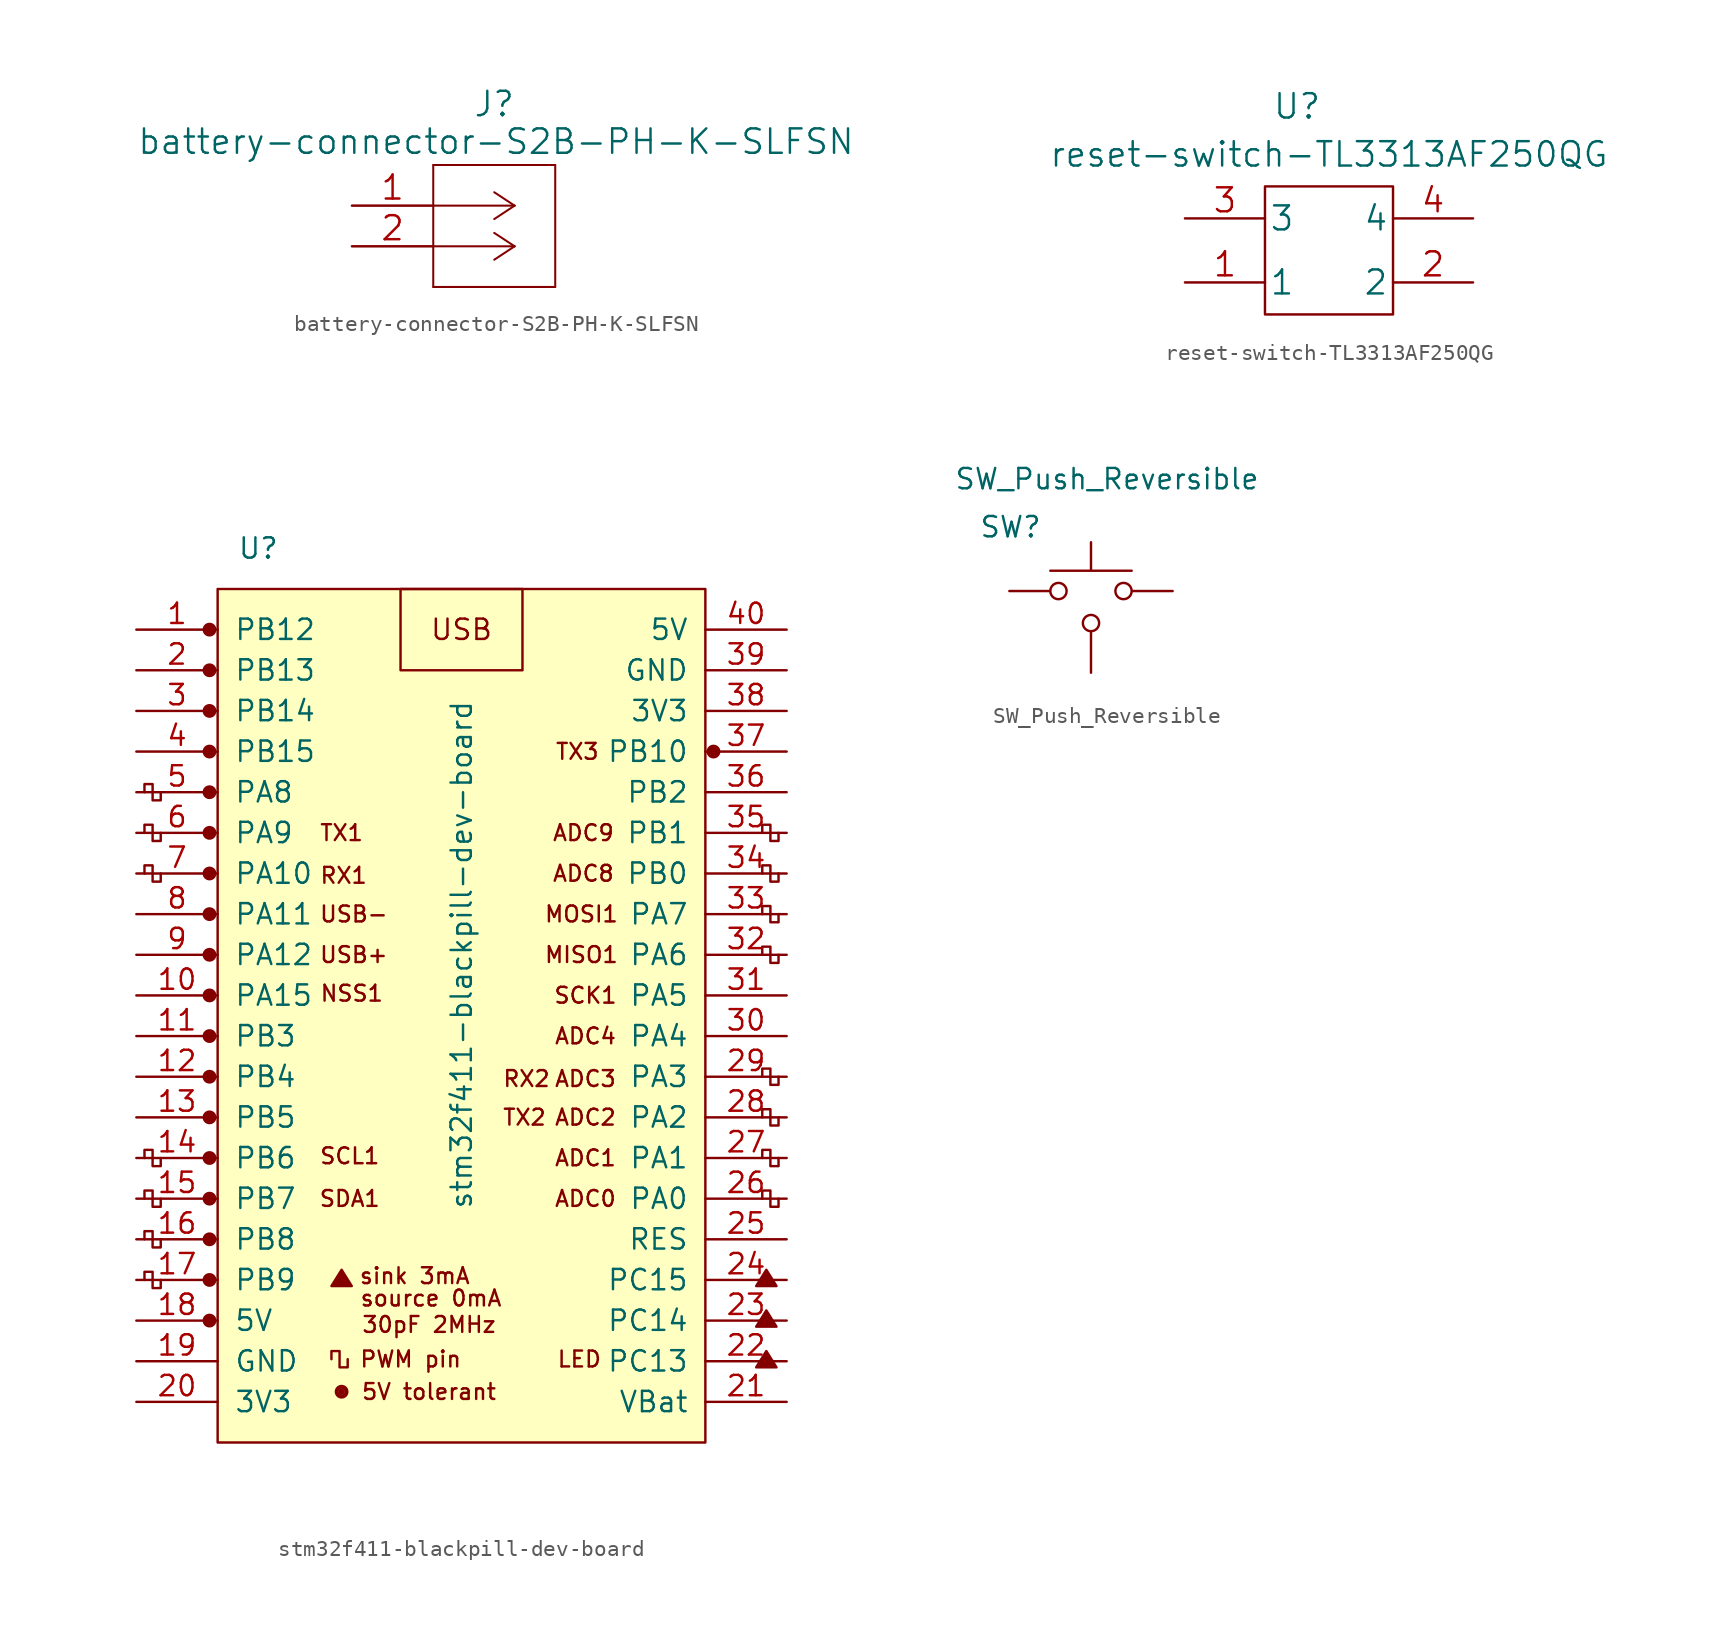
<source format=kicad_sym>
(kicad_symbol_lib
  (version 20211014)
  (generator kicad_symbol_editor)
  (symbol "battery-connector-S2B-PH-K-SLFSN"
    (pin_names
      (offset 0.254) hide)
    (property "Reference" "J"
      (at 8.89 6.35 0)
      (effects (font (size 1.524 1.524))))
    (property "Value" "battery-connector-S2B-PH-K-SLFSN"
      (at 9 4 0)
      (effects (font (size 1.524 1.524))))
    (property "Datasheet" ""
      (at 0 0 0)
      (effects (font (size 1.524 1.524))))
    (symbol "battery-connector-S2B-PH-K-SLFSN_1_1"
      (polyline (pts (xy 5.08 -5.08) (xy 12.7 -5.08)) (stroke (width 0.127) (type default) (color 0 0 0 0)) (fill (type none)))
      (polyline (pts (xy 5.08 2.54) (xy 5.08 -5.08)) (stroke (width 0.127) (type default) (color 0 0 0 0)) (fill (type none)))
      (polyline (pts (xy 10.16 -2.54) (xy 5.08 -2.54)) (stroke (width 0.127) (type default) (color 0 0 0 0)) (fill (type none)))
      (polyline (pts (xy 10.16 -2.54) (xy 8.89 -3.378)) (stroke (width 0.127) (type default) (color 0 0 0 0)) (fill (type none)))
      (polyline (pts (xy 10.16 -2.54) (xy 8.89 -1.702)) (stroke (width 0.127) (type default) (color 0 0 0 0)) (fill (type none)))
      (polyline (pts (xy 10.16 0) (xy 5.08 0)) (stroke (width 0.127) (type default) (color 0 0 0 0)) (fill (type none)))
      (polyline (pts (xy 10.16 0) (xy 8.89 -0.838)) (stroke (width 0.127) (type default) (color 0 0 0 0)) (fill (type none)))
      (polyline (pts (xy 10.16 0) (xy 8.89 0.838)) (stroke (width 0.127) (type default) (color 0 0 0 0)) (fill (type none)))
      (polyline (pts (xy 12.7 -5.08) (xy 12.7 2.54)) (stroke (width 0.127) (type default) (color 0 0 0 0)) (fill (type none)))
      (polyline (pts (xy 12.7 2.54) (xy 5.08 2.54)) (stroke (width 0.127) (type default) (color 0 0 0 0)) (fill (type none)))
      (pin power_out line (at 0 0 0) (length 5.08) (name "1" (effects (font (size 1.499 1.499)))) (number "1" (effects (font (size 1.499 1.499)))))
      (pin power_in line (at 0 -2.54 0) (length 5.08) (name "2" (effects (font (size 1.499 1.499)))) (number "2" (effects (font (size 1.499 1.499)))))))
  (symbol "reset-switch-TL3313AF250QG"
    (pin_names
      (offset 0.254))
    (property "Reference" "U"
      (at -2 9 0)
      (effects (font (size 1.524 1.524))))
    (property "Value" "reset-switch-TL3313AF250QG"
      (at 0 6 0)
      (effects (font (size 1.524 1.524))))
    (property "Datasheet" ""
      (at -11 1 0)
      (effects (font (size 1.524 1.524))))
    (symbol "reset-switch-TL3313AF250QG_0_1"
      (rectangle (start -4 4) (end 4 -4) (stroke (width 0) (type default) (color 0 0 0 0)) (fill (type none))))
    (symbol "reset-switch-TL3313AF250QG_1_1"
      (pin passive line (at -9 -2 0) (length 5) (name "1" (effects (font (size 1.499 1.499)))) (number "1" (effects (font (size 1.499 1.499)))))
      (pin passive line (at 9 -2 180) (length 5) (name "2" (effects (font (size 1.499 1.499)))) (number "2" (effects (font (size 1.499 1.499)))))
      (pin passive line (at -9 2 0) (length 5) (name "3" (effects (font (size 1.499 1.499)))) (number "3" (effects (font (size 1.499 1.499)))))
      (pin passive line (at 9 2 180) (length 5) (name "4" (effects (font (size 1.499 1.499)))) (number "4" (effects (font (size 1.499 1.499)))))))
  (symbol "stm32f411-blackpill-dev-board"
    (pin_names
      (offset 1.016))
    (property "Reference" "U"
      (at -12.7 27.94 0)
      (effects (font (size 1.27 1.27))))
    (property "Value" "stm32f411-blackpill-dev-board"
      (at 0 2.54 90)
      (effects (font (size 1.27 1.27))))
    (symbol "stm32f411-blackpill-dev-board_0_0"
      (circle (center -15.748 -20.32) (radius 0.356) (stroke (width 0) (type default) (color 0 0 0 0)) (fill (type outline)))
      (circle (center -15.748 -17.78) (radius 0.356) (stroke (width 0) (type default) (color 0 0 0 0)) (fill (type outline)))
      (circle (center -15.748 -15.24) (radius 0.356) (stroke (width 0) (type default) (color 0 0 0 0)) (fill (type outline)))
      (circle (center -15.748 -12.7) (radius 0.356) (stroke (width 0) (type default) (color 0 0 0 0)) (fill (type outline)))
      (circle (center -15.748 -10.16) (radius 0.356) (stroke (width 0) (type default) (color 0 0 0 0)) (fill (type outline)))
      (circle (center -15.748 -7.62) (radius 0.356) (stroke (width 0) (type default) (color 0 0 0 0)) (fill (type outline)))
      (circle (center -15.748 -5.08) (radius 0.356) (stroke (width 0) (type default) (color 0 0 0 0)) (fill (type outline)))
      (circle (center -15.748 -2.54) (radius 0.356) (stroke (width 0) (type default) (color 0 0 0 0)) (fill (type outline)))
      (circle (center -15.748 0) (radius 0.356) (stroke (width 0) (type default) (color 0 0 0 0)) (fill (type outline)))
      (circle (center -15.748 2.54) (radius 0.356) (stroke (width 0) (type default) (color 0 0 0 0)) (fill (type outline)))
      (circle (center -15.748 5.08) (radius 0.356) (stroke (width 0) (type default) (color 0 0 0 0)) (fill (type outline)))
      (circle (center -15.748 7.62) (radius 0.356) (stroke (width 0) (type default) (color 0 0 0 0)) (fill (type outline)))
      (circle (center -15.748 10.16) (radius 0.356) (stroke (width 0) (type default) (color 0 0 0 0)) (fill (type outline)))
      (circle (center -15.748 12.7) (radius 0.356) (stroke (width 0) (type default) (color 0 0 0 0)) (fill (type outline)))
      (circle (center -15.748 15.24) (radius 0.356) (stroke (width 0) (type default) (color 0 0 0 0)) (fill (type outline)))
      (circle (center -15.748 17.78) (radius 0.356) (stroke (width 0) (type default) (color 0 0 0 0)) (fill (type outline)))
      (circle (center -15.748 22.86) (radius 0.356) (stroke (width 0) (type default) (color 0 0 0 0)) (fill (type outline)))
      (circle (center -7.493 -24.765) (radius 0.127) (stroke (width 0) (type default) (color 0 0 0 0)) (fill (type outline)))
      (circle (center -7.493 -24.765) (radius 0.254) (stroke (width 0) (type default) (color 0 0 0 0)) (fill (type none)))
      (circle (center -7.493 -24.765) (radius 0.356) (stroke (width 0) (type default) (color 0 0 0 0)) (fill (type none)))
      (polyline (pts (xy -8.128 -18.161) (xy -7.493 -17.145) (xy -6.858 -18.161) (xy -8.128 -18.161) (xy -7.493 -17.272) (xy -6.985 -18.161) (xy -8.001 -18.034) (xy -7.493 -17.399) (xy -7.112 -18.161) (xy -7.874 -17.907) (xy -7.366 -17.526) (xy -7.239 -18.161) (xy -7.747 -17.78) (xy -7.239 -17.653) (xy -7.366 -18.034) (xy -7.62 -17.78) (xy -7.366 -17.907) (xy -7.493 -17.653)) (stroke (width 0) (type default) (color 0 0 0 0)) (fill (type none)))
      (polyline (pts (xy 18.415 -23.241) (xy 19.05 -22.225) (xy 19.685 -23.241) (xy 18.415 -23.241) (xy 19.05 -22.352) (xy 19.558 -23.241) (xy 18.542 -23.114) (xy 19.05 -22.479) (xy 19.431 -23.241) (xy 18.669 -22.987) (xy 19.177 -22.606) (xy 19.304 -23.241) (xy 18.796 -22.86) (xy 19.304 -22.733) (xy 19.177 -23.114) (xy 18.923 -22.86) (xy 19.177 -22.987) (xy 19.05 -22.733)) (stroke (width 0) (type default) (color 0 0 0 0)) (fill (type none)))
      (polyline (pts (xy 18.415 -20.701) (xy 19.05 -19.685) (xy 19.685 -20.701) (xy 18.415 -20.701) (xy 19.05 -19.812) (xy 19.558 -20.701) (xy 18.542 -20.574) (xy 19.05 -19.939) (xy 19.431 -20.701) (xy 18.669 -20.447) (xy 19.177 -20.066) (xy 19.304 -20.701) (xy 18.796 -20.32) (xy 19.304 -20.193) (xy 19.177 -20.574) (xy 18.923 -20.32) (xy 19.177 -20.447) (xy 19.05 -20.193)) (stroke (width 0) (type default) (color 0 0 0 0)) (fill (type none)))
      (polyline (pts (xy 18.415 -18.161) (xy 19.05 -17.145) (xy 19.685 -18.161) (xy 18.415 -18.161) (xy 19.05 -17.272) (xy 19.558 -18.161) (xy 18.542 -18.034) (xy 19.05 -17.399) (xy 19.431 -18.161) (xy 18.669 -17.907) (xy 19.177 -17.526) (xy 19.304 -18.161) (xy 18.796 -17.78) (xy 19.304 -17.653) (xy 19.177 -18.034) (xy 18.923 -17.78) (xy 19.177 -17.907) (xy 19.05 -17.653)) (stroke (width 0) (type default) (color 0 0 0 0)) (fill (type none)))
      (circle (center 15.748 15.24) (radius 0.254) (stroke (width 0) (type default) (color 0 0 0 0)) (fill (type outline)))
      (circle (center 15.748 15.24) (radius 0.356) (stroke (width 0) (type default) (color 0 0 0 0)) (fill (type none)))
      (text "30pF 2MHz" (at -2.032 -20.574 0) (effects (font (size 0.991 0.991))))
      (text "5V tolerant" (at -2.032 -24.765 0) (effects (font (size 0.991 0.991))))
      (text "ADC0" (at 7.747 -12.7 0) (effects (font (size 0.991 0.991))))
      (text "ADC1" (at 7.747 -10.16 0) (effects (font (size 0.991 0.991))))
      (text "ADC2" (at 7.747 -7.62 0) (effects (font (size 0.991 0.991))))
      (text "ADC3" (at 7.747 -5.207 0) (effects (font (size 0.991 0.991))))
      (text "ADC4" (at 7.747 -2.54 0) (effects (font (size 0.991 0.991))))
      (text "ADC8" (at 7.62 7.62 0) (effects (font (size 0.991 0.991))))
      (text "ADC9" (at 7.62 10.16 0) (effects (font (size 0.991 0.991))))
      (text "LED" (at 7.366 -22.733 0) (effects (font (size 0.991 0.991))))
      (text "MISO1" (at 7.493 2.54 0) (effects (font (size 0.991 0.991))))
      (text "MOSI1" (at 7.493 5.08 0) (effects (font (size 0.991 0.991))))
      (text "NSS1" (at -6.858 0.127 0) (effects (font (size 0.991 0.991))))
      (text "PWM pin" (at -3.175 -22.733 0) (effects (font (size 0.991 0.991))))
      (text "RX1" (at -7.366 7.493 0) (effects (font (size 0.991 0.991))))
      (text "RX2" (at 4.064 -5.207 0) (effects (font (size 0.991 0.991))))
      (text "SCK1" (at 7.747 0 0) (effects (font (size 0.991 0.991))))
      (text "SCL1" (at -6.985 -10.033 0) (effects (font (size 0.991 0.991))))
      (text "SDA1" (at -6.985 -12.7 0) (effects (font (size 0.991 0.991))))
      (text "sink 3mA" (at -2.921 -17.526 0) (effects (font (size 0.991 0.991))))
      (text "source 0mA" (at -1.905 -18.923 0) (effects (font (size 0.991 0.991))))
      (text "TX1" (at -7.493 10.16 0) (effects (font (size 0.991 0.991))))
      (text "TX2" (at 3.937 -7.62 0) (effects (font (size 0.991 0.991))))
      (text "TX3" (at 7.239 15.24 0) (effects (font (size 0.991 0.991))))
      (text "USB" (at 0 22.86 0) (effects (font (size 1.27 1.27))))
      (text "USB+" (at -6.731 2.54 0) (effects (font (size 0.991 0.991))))
      (text "USB-" (at -6.731 5.08 0) (effects (font (size 0.991 0.991)))))
    (symbol "stm32f411-blackpill-dev-board_0_1"
      (rectangle (start -15.24 25.4) (end 15.24 -27.94) (stroke (width 0) (type default) (color 0 0 0 0)) (fill (type background)))
      (polyline (pts (xy -18.796 -17.78) (xy -18.796 -18.288) (xy -19.304 -18.288) (xy -19.304 -17.272) (xy -19.812 -17.272) (xy -19.812 -17.78)) (stroke (width 0) (type default) (color 0 0 0 0)) (fill (type none)))
      (polyline (pts (xy -18.796 -15.24) (xy -18.796 -15.748) (xy -19.304 -15.748) (xy -19.304 -14.732) (xy -19.812 -14.732) (xy -19.812 -15.24)) (stroke (width 0) (type default) (color 0 0 0 0)) (fill (type none)))
      (polyline (pts (xy -18.796 -12.7) (xy -18.796 -13.208) (xy -19.304 -13.208) (xy -19.304 -12.192) (xy -19.812 -12.192) (xy -19.812 -12.7)) (stroke (width 0) (type default) (color 0 0 0 0)) (fill (type none)))
      (polyline (pts (xy -18.796 -10.16) (xy -18.796 -10.668) (xy -19.304 -10.668) (xy -19.304 -9.652) (xy -19.812 -9.652) (xy -19.812 -10.16)) (stroke (width 0) (type default) (color 0 0 0 0)) (fill (type none)))
      (polyline (pts (xy -18.796 7.62) (xy -18.796 7.112) (xy -19.304 7.112) (xy -19.304 8.128) (xy -19.812 8.128) (xy -19.812 7.62)) (stroke (width 0) (type default) (color 0 0 0 0)) (fill (type none)))
      (polyline (pts (xy -18.796 10.16) (xy -18.796 9.652) (xy -19.304 9.652) (xy -19.304 10.668) (xy -19.812 10.668) (xy -19.812 10.16)) (stroke (width 0) (type default) (color 0 0 0 0)) (fill (type none)))
      (polyline (pts (xy -18.796 12.7) (xy -18.796 12.192) (xy -19.304 12.192) (xy -19.304 13.208) (xy -19.812 13.208) (xy -19.812 12.7)) (stroke (width 0) (type default) (color 0 0 0 0)) (fill (type none)))
      (polyline (pts (xy -7.112 -22.733) (xy -7.112 -23.241) (xy -7.62 -23.241) (xy -7.62 -22.225) (xy -8.128 -22.225) (xy -8.128 -22.733)) (stroke (width 0) (type default) (color 0 0 0 0)) (fill (type none)))
      (polyline (pts (xy 19.812 -12.7) (xy 19.812 -13.208) (xy 19.304 -13.208) (xy 19.304 -12.192) (xy 18.796 -12.192) (xy 18.796 -12.7)) (stroke (width 0) (type default) (color 0 0 0 0)) (fill (type none)))
      (polyline (pts (xy 19.812 -10.16) (xy 19.812 -10.668) (xy 19.304 -10.668) (xy 19.304 -9.652) (xy 18.796 -9.652) (xy 18.796 -10.16)) (stroke (width 0) (type default) (color 0 0 0 0)) (fill (type none)))
      (polyline (pts (xy 19.812 -7.62) (xy 19.812 -8.128) (xy 19.304 -8.128) (xy 19.304 -7.112) (xy 18.796 -7.112) (xy 18.796 -7.62)) (stroke (width 0) (type default) (color 0 0 0 0)) (fill (type none)))
      (polyline (pts (xy 19.812 -5.08) (xy 19.812 -5.588) (xy 19.304 -5.588) (xy 19.304 -4.572) (xy 18.796 -4.572) (xy 18.796 -5.08)) (stroke (width 0) (type default) (color 0 0 0 0)) (fill (type none)))
      (polyline (pts (xy 19.812 2.54) (xy 19.812 2.032) (xy 19.304 2.032) (xy 19.304 3.048) (xy 18.796 3.048) (xy 18.796 2.54)) (stroke (width 0) (type default) (color 0 0 0 0)) (fill (type none)))
      (polyline (pts (xy 19.812 5.08) (xy 19.812 4.572) (xy 19.304 4.572) (xy 19.304 5.588) (xy 18.796 5.588) (xy 18.796 5.08)) (stroke (width 0) (type default) (color 0 0 0 0)) (fill (type none)))
      (polyline (pts (xy 19.812 7.62) (xy 19.812 7.112) (xy 19.304 7.112) (xy 19.304 8.128) (xy 18.796 8.128) (xy 18.796 7.62)) (stroke (width 0) (type default) (color 0 0 0 0)) (fill (type none)))
      (polyline (pts (xy 19.812 10.16) (xy 19.812 9.652) (xy 19.304 9.652) (xy 19.304 10.668) (xy 18.796 10.668) (xy 18.796 10.16)) (stroke (width 0) (type default) (color 0 0 0 0)) (fill (type none)))
      (rectangle (start 3.81 25.4) (end -3.81 20.32) (stroke (width 0) (type default) (color 0 0 0 0)) (fill (type none))))
    (symbol "stm32f411-blackpill-dev-board_1_1"
      (circle (center -15.748 20.32) (radius 0.356) (stroke (width 0) (type default) (color 0 0 0 0)) (fill (type outline)))
      (pin bidirectional line (at -20.32 22.86 0) (length 5.08) (name "PB12" (effects (font (size 1.27 1.27)))) (number "1" (effects (font (size 1.27 1.27)))))
      (pin bidirectional line (at -20.32 0 0) (length 5.08) (name "PA15" (effects (font (size 1.27 1.27)))) (number "10" (effects (font (size 1.27 1.27)))))
      (pin bidirectional line (at -20.32 -2.54 0) (length 5.08) (name "PB3" (effects (font (size 1.27 1.27)))) (number "11" (effects (font (size 1.27 1.27)))))
      (pin bidirectional line (at -20.32 -5.08 0) (length 5.08) (name "PB4" (effects (font (size 1.27 1.27)))) (number "12" (effects (font (size 1.27 1.27)))))
      (pin bidirectional line (at -20.32 -7.62 0) (length 5.08) (name "PB5" (effects (font (size 1.27 1.27)))) (number "13" (effects (font (size 1.27 1.27)))))
      (pin bidirectional line (at -20.32 -10.16 0) (length 5.08) (name "PB6" (effects (font (size 1.27 1.27)))) (number "14" (effects (font (size 1.27 1.27)))))
      (pin bidirectional line (at -20.32 -12.7 0) (length 5.08) (name "PB7" (effects (font (size 1.27 1.27)))) (number "15" (effects (font (size 1.27 1.27)))))
      (pin bidirectional line (at -20.32 -15.24 0) (length 5.08) (name "PB8" (effects (font (size 1.27 1.27)))) (number "16" (effects (font (size 1.27 1.27)))))
      (pin bidirectional line (at -20.32 -17.78 0) (length 5.08) (name "PB9" (effects (font (size 1.27 1.27)))) (number "17" (effects (font (size 1.27 1.27)))))
      (pin power_in line (at -20.32 -20.32 0) (length 5.08) (name "5V" (effects (font (size 1.27 1.27)))) (number "18" (effects (font (size 1.27 1.27)))))
      (pin power_in line (at -20.32 -22.86 0) (length 5.08) (name "GND" (effects (font (size 1.27 1.27)))) (number "19" (effects (font (size 1.27 1.27)))))
      (pin bidirectional line (at -20.32 20.32 0) (length 5.08) (name "PB13" (effects (font (size 1.27 1.27)))) (number "2" (effects (font (size 1.27 1.27)))))
      (pin power_in line (at -20.32 -25.4 0) (length 5.08) (name "3V3" (effects (font (size 1.27 1.27)))) (number "20" (effects (font (size 1.27 1.27)))))
      (pin power_in line (at 20.32 -25.4 180) (length 5.08) (name "VBat" (effects (font (size 1.27 1.27)))) (number "21" (effects (font (size 1.27 1.27)))))
      (pin bidirectional line (at 20.32 -22.86 180) (length 5.08) (name "PC13" (effects (font (size 1.27 1.27)))) (number "22" (effects (font (size 1.27 1.27)))))
      (pin bidirectional line (at 20.32 -20.32 180) (length 5.08) (name "PC14" (effects (font (size 1.27 1.27)))) (number "23" (effects (font (size 1.27 1.27)))))
      (pin bidirectional line (at 20.32 -17.78 180) (length 5.08) (name "PC15" (effects (font (size 1.27 1.27)))) (number "24" (effects (font (size 1.27 1.27)))))
      (pin input line (at 20.32 -15.24 180) (length 5.08) (name "RES" (effects (font (size 1.27 1.27)))) (number "25" (effects (font (size 1.27 1.27)))))
      (pin bidirectional line (at 20.32 -12.7 180) (length 5.08) (name "PA0" (effects (font (size 1.27 1.27)))) (number "26" (effects (font (size 1.27 1.27)))))
      (pin bidirectional line (at 20.32 -10.16 180) (length 5.08) (name "PA1" (effects (font (size 1.27 1.27)))) (number "27" (effects (font (size 1.27 1.27)))))
      (pin bidirectional line (at 20.32 -7.62 180) (length 5.08) (name "PA2" (effects (font (size 1.27 1.27)))) (number "28" (effects (font (size 1.27 1.27)))))
      (pin bidirectional line (at 20.32 -5.08 180) (length 5.08) (name "PA3" (effects (font (size 1.27 1.27)))) (number "29" (effects (font (size 1.27 1.27)))))
      (pin bidirectional line (at -20.32 17.78 0) (length 5.08) (name "PB14" (effects (font (size 1.27 1.27)))) (number "3" (effects (font (size 1.27 1.27)))))
      (pin bidirectional line (at 20.32 -2.54 180) (length 5.08) (name "PA4" (effects (font (size 1.27 1.27)))) (number "30" (effects (font (size 1.27 1.27)))))
      (pin bidirectional line (at 20.32 0 180) (length 5.08) (name "PA5" (effects (font (size 1.27 1.27)))) (number "31" (effects (font (size 1.27 1.27)))))
      (pin bidirectional line (at 20.32 2.54 180) (length 5.08) (name "PA6" (effects (font (size 1.27 1.27)))) (number "32" (effects (font (size 1.27 1.27)))))
      (pin bidirectional line (at 20.32 5.08 180) (length 5.08) (name "PA7" (effects (font (size 1.27 1.27)))) (number "33" (effects (font (size 1.27 1.27)))))
      (pin bidirectional line (at 20.32 7.62 180) (length 5.08) (name "PB0" (effects (font (size 1.27 1.27)))) (number "34" (effects (font (size 1.27 1.27)))))
      (pin bidirectional line (at 20.32 10.16 180) (length 5.08) (name "PB1" (effects (font (size 1.27 1.27)))) (number "35" (effects (font (size 1.27 1.27)))))
      (pin bidirectional line (at 20.32 12.7 180) (length 5.08) (name "PB2" (effects (font (size 1.27 1.27)))) (number "36" (effects (font (size 1.27 1.27)))))
      (pin bidirectional line (at 20.32 15.24 180) (length 5.08) (name "PB10" (effects (font (size 1.27 1.27)))) (number "37" (effects (font (size 1.27 1.27)))))
      (pin power_in line (at 20.32 17.78 180) (length 5.08) (name "3V3" (effects (font (size 1.27 1.27)))) (number "38" (effects (font (size 1.27 1.27)))))
      (pin power_in line (at 20.32 20.32 180) (length 5.08) (name "GND" (effects (font (size 1.27 1.27)))) (number "39" (effects (font (size 1.27 1.27)))))
      (pin bidirectional line (at -20.32 15.24 0) (length 5.08) (name "PB15" (effects (font (size 1.27 1.27)))) (number "4" (effects (font (size 1.27 1.27)))))
      (pin power_in line (at 20.32 22.86 180) (length 5.08) (name "5V" (effects (font (size 1.27 1.27)))) (number "40" (effects (font (size 1.27 1.27)))))
      (pin bidirectional line (at -20.32 12.7 0) (length 5.08) (name "PA8" (effects (font (size 1.27 1.27)))) (number "5" (effects (font (size 1.27 1.27)))))
      (pin bidirectional line (at -20.32 10.16 0) (length 5.08) (name "PA9" (effects (font (size 1.27 1.27)))) (number "6" (effects (font (size 1.27 1.27)))))
      (pin bidirectional line (at -20.32 7.62 0) (length 5.08) (name "PA10" (effects (font (size 1.27 1.27)))) (number "7" (effects (font (size 1.27 1.27)))))
      (pin bidirectional line (at -20.32 5.08 0) (length 5.08) (name "PA11" (effects (font (size 1.27 1.27)))) (number "8" (effects (font (size 1.27 1.27)))))
      (pin bidirectional line (at -20.32 2.54 0) (length 5.08) (name "PA12" (effects (font (size 1.27 1.27)))) (number "9" (effects (font (size 1.27 1.27)))))))
  (symbol "SW_Push_Reversible"
    (pin_numbers hide)
    (pin_names
      (offset 1.016) hide)
    (property "Reference" "SW"
      (at -7 4 0)
      (effects (font (size 1.27 1.27)) (justify left)))
    (property "Value" "SW_Push_Reversible"
      (at 1 7 0)
      (effects (font (size 1.27 1.27))))
    (symbol "SW_Push_Reversible_0_1"
      (circle (center -2.032 0) (radius 0.508) (stroke (width 0) (type default) (color 0 0 0 0)) (fill (type none)))
      (circle (center 0 -2) (radius 0.508) (stroke (width 0) (type default) (color 0 0 0 0)) (fill (type none)))
      (polyline (pts (xy 0 1.27) (xy 0 3.048)) (stroke (width 0) (type default) (color 0 0 0 0)) (fill (type none)))
      (polyline (pts (xy 2.54 1.27) (xy -2.54 1.27)) (stroke (width 0) (type default) (color 0 0 0 0)) (fill (type none)))
      (circle (center 2.032 0) (radius 0.508) (stroke (width 0) (type default) (color 0 0 0 0)) (fill (type none)))
      (pin passive line (at 0 -5.1 90) (length 2.5) (name "1" (effects (font (size 1.27 1.27)))) (number "1" (effects (font (size 1.27 1.27)))))
      (pin passive line (at -5.1 0 0) (length 2.5) (name "2" (effects (font (size 1.27 1.27)))) (number "2" (effects (font (size 1.27 1.27)))))
      (pin passive line (at 5.1 0 180) (length 2.5) (name "3" (effects (font (size 1.27 1.27)))) (number "3" (effects (font (size 1.27 1.27))))))))
</source>
